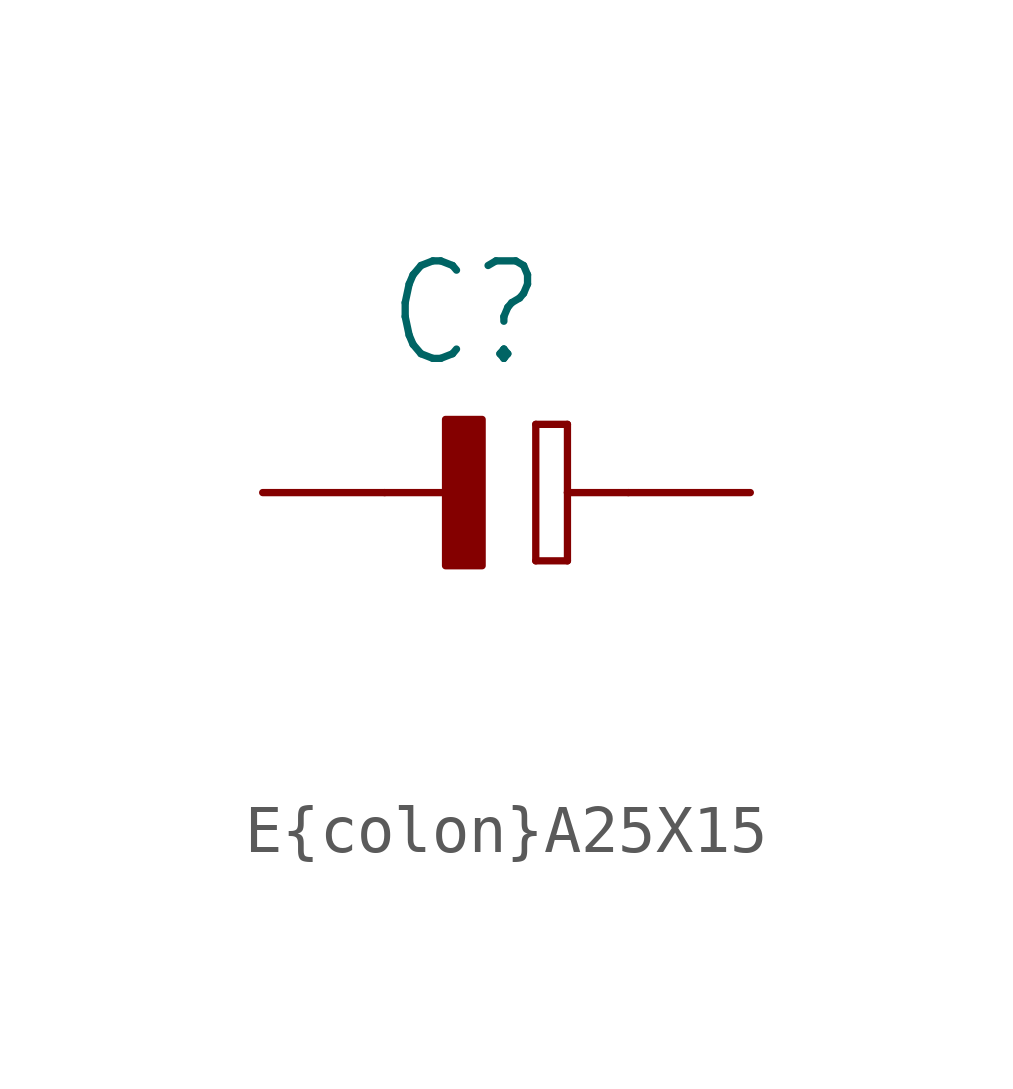
<source format=kicad_sym>
(kicad_symbol_lib
  (version 20241209)
  (generator "kicad_symbol_editor")
  (generator_version "9.0")
  (symbol "E{colon}A25X15"
    (property "Reference" "C"
      (at -2.54 2.54 0)
      (effects (font (size 2.032 1.727)) (justify left bottom)))
    (property "Value" ""
      (at -2.54 -5.08 0)
      (effects (font (size 2.032 1.727)) (justify left bottom)))
    (property "ki_locked" ""
      (at 0 0 0)
      (effects (font (size 1.27 1.27))))
    (symbol "E{colon}A25X15_1_0"
      (polyline (pts (xy -2.54 0) (xy -1.27 0)) (stroke (width 0.152) (type solid)) (fill (type none)))
      (rectangle (start -1.27 -1.524) (end -0.508 1.524) (stroke (width 0) (type default)) (fill (type outline)))
      (polyline (pts (xy 0.61 1.422) (xy 0.61 -1.422)) (stroke (width 0.152) (type solid)) (fill (type none)))
      (polyline (pts (xy 0.61 -1.422) (xy 1.27 -1.422)) (stroke (width 0.152) (type solid)) (fill (type none)))
      (polyline (pts (xy 1.27 1.422) (xy 0.61 1.422)) (stroke (width 0.152) (type solid)) (fill (type none)))
      (polyline (pts (xy 1.27 1.422) (xy 1.27 0)) (stroke (width 0.152) (type solid)) (fill (type none)))
      (polyline (pts (xy 1.27 0) (xy 1.27 -1.422)) (stroke (width 0.152) (type solid)) (fill (type none)))
      (polyline (pts (xy 1.27 0) (xy 2.54 0)) (stroke (width 0.152) (type solid)) (fill (type none)))
      (pin passive line (at -5.08 0 0) (length 2.54) (name "N" (effects (font (size 0 0)))) (number "2" (effects (font (size 0 0)))))
      (pin passive line (at 5.08 0 180) (length 2.54) (name "P" (effects (font (size 0 0)))) (number "1" (effects (font (size 0 0))))))))
</source>
